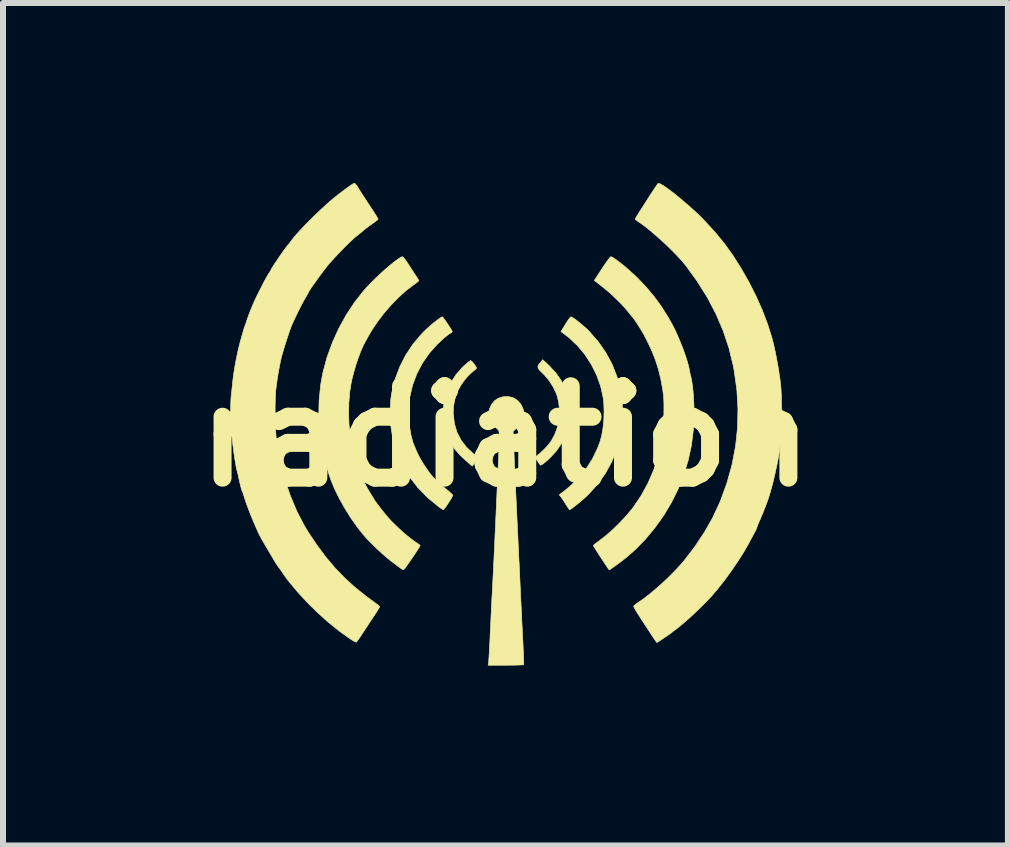
<source format=kicad_pcb>
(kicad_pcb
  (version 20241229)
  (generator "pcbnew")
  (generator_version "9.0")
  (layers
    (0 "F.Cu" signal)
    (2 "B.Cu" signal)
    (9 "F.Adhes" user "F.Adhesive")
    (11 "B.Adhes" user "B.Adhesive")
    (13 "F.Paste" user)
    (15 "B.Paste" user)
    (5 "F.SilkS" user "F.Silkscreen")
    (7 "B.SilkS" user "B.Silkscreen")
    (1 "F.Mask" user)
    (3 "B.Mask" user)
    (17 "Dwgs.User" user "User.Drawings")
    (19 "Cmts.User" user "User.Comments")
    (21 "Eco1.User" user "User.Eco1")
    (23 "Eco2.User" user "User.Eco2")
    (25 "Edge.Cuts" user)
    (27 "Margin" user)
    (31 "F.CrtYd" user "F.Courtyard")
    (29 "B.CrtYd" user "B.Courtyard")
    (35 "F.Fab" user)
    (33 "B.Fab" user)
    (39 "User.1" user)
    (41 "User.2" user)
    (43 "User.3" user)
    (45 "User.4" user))
  (footprint "radiation"
    (layer "F.Cu")
    (at 5.378 4.225)
    (property "Reference" "radiation" (at 0 0 0) (layer "F.SilkS") (effects (font (size 1.524 1.524) (thickness 0.3))))
    (attr through_hole)
    (fp_poly (pts (xy 0.727 -1.179) (xy 0.837 -1.061) (xy 0.926 -0.935) (xy 0.994 -0.803) (xy 1.035 -0.682) (xy 1.066 -0.511) (xy 1.072 -0.346) (xy 1.053 -0.186) (xy 1.009 -0.034) (xy 0.941 0.109) (xy 0.849 0.244) (xy 0.755 0.346) (xy 0.701 0.398) (xy 0.653 0.439) (xy 0.614 0.468) (xy 0.589 0.481) (xy 0.586 0.482) (xy 0.576 0.472) (xy 0.556 0.446) (xy 0.535 0.414) (xy 0.491 0.347) (xy 0.521 0.326) (xy 0.576 0.282) (xy 0.638 0.224) (xy 0.698 0.16) (xy 0.749 0.097) (xy 0.764 0.076) (xy 0.822 -0.032) (xy 0.868 -0.156) (xy 0.897 -0.289) (xy 0.899 -0.299) (xy 0.904 -0.382) (xy 0.898 -0.478) (xy 0.884 -0.578) (xy 0.863 -0.67) (xy 0.846 -0.717) (xy 0.796 -0.822) (xy 0.729 -0.926) (xy 0.652 -1.02) (xy 0.617 -1.054) (xy 0.573 -1.098) (xy 0.547 -1.132) (xy 0.54 -1.16) (xy 0.549 -1.189) (xy 0.575 -1.224) (xy 0.585 -1.235) (xy 0.622 -1.278) (xy 0.727 -1.179)) (stroke (width 0.01) (type solid)) (fill yes) (layer "F.SilkS"))
    (fp_poly (pts (xy -0.565 -1.254) (xy -0.542 -1.229) (xy -0.517 -1.198) (xy -0.496 -1.166) (xy -0.483 -1.143) (xy -0.482 -1.138) (xy -0.492 -1.124) (xy -0.517 -1.102) (xy -0.541 -1.083) (xy -0.612 -1.019) (xy -0.682 -0.939) (xy -0.744 -0.85) (xy -0.792 -0.762) (xy -0.799 -0.748) (xy -0.842 -0.624) (xy -0.866 -0.504) (xy -0.871 -0.381) (xy -0.869 -0.354) (xy -0.849 -0.203) (xy -0.806 -0.062) (xy -0.739 0.066) (xy -0.649 0.183) (xy -0.536 0.289) (xy -0.458 0.346) (xy -0.46 0.359) (xy -0.474 0.386) (xy -0.494 0.419) (xy -0.517 0.452) (xy -0.524 0.46) (xy -0.554 0.497) (xy -0.651 0.413) (xy -0.76 0.311) (xy -0.847 0.211) (xy -0.915 0.108) (xy -0.968 -0.004) (xy -1.003 -0.111) (xy -1.035 -0.272) (xy -1.041 -0.433) (xy -1.023 -0.591) (xy -0.98 -0.744) (xy -0.914 -0.891) (xy -0.825 -1.028) (xy -0.714 -1.154) (xy -0.689 -1.177) (xy -0.648 -1.214) (xy -0.612 -1.243) (xy -0.588 -1.26) (xy -0.58 -1.263) (xy -0.565 -1.254)) (stroke (width 0.01) (type solid)) (fill yes) (layer "F.SilkS"))
    (fp_poly (pts (xy 1.112 -1.984) (xy 1.148 -1.962) (xy 1.193 -1.928) (xy 1.245 -1.887) (xy 1.299 -1.841) (xy 1.351 -1.795) (xy 1.396 -1.751) (xy 1.396 -1.751) (xy 1.548 -1.576) (xy 1.676 -1.392) (xy 1.78 -1.198) (xy 1.86 -0.994) (xy 1.917 -0.78) (xy 1.934 -0.68) (xy 1.947 -0.566) (xy 1.952 -0.437) (xy 1.95 -0.303) (xy 1.941 -0.173) (xy 1.926 -0.054) (xy 1.916 0) (xy 1.854 0.22) (xy 1.771 0.427) (xy 1.666 0.619) (xy 1.538 0.798) (xy 1.388 0.963) (xy 1.379 0.972) (xy 1.334 1.015) (xy 1.283 1.06) (xy 1.229 1.106) (xy 1.177 1.148) (xy 1.131 1.184) (xy 1.095 1.21) (xy 1.072 1.224) (xy 1.069 1.224) (xy 1.059 1.214) (xy 1.04 1.186) (xy 1.014 1.147) (xy 1.004 1.13) (xy 0.974 1.082) (xy 0.945 1.039) (xy 0.923 1.009) (xy 0.919 1.005) (xy 0.902 0.983) (xy 0.901 0.971) (xy 0.917 0.959) (xy 0.936 0.945) (xy 0.971 0.919) (xy 1.015 0.883) (xy 1.056 0.85) (xy 1.206 0.71) (xy 1.337 0.553) (xy 1.448 0.38) (xy 1.538 0.192) (xy 1.575 0.094) (xy 1.605 -0.017) (xy 1.627 -0.145) (xy 1.64 -0.282) (xy 1.644 -0.422) (xy 1.639 -0.555) (xy 1.629 -0.643) (xy 1.587 -0.833) (xy 1.521 -1.018) (xy 1.433 -1.195) (xy 1.326 -1.361) (xy 1.201 -1.511) (xy 1.06 -1.644) (xy 0.998 -1.692) (xy 0.925 -1.746) (xy 1 -1.869) (xy 1.032 -1.919) (xy 1.06 -1.959) (xy 1.081 -1.985) (xy 1.092 -1.993) (xy 1.112 -1.984)) (stroke (width 0.01) (type solid)) (fill yes) (layer "F.SilkS"))
    (fp_poly (pts (xy -1.042 -1.983) (xy -1.022 -1.956) (xy -0.994 -1.918) (xy -0.964 -1.874) (xy -0.935 -1.829) (xy -0.909 -1.789) (xy -0.892 -1.76) (xy -0.886 -1.746) (xy -0.896 -1.736) (xy -0.922 -1.717) (xy -0.947 -1.7) (xy -0.979 -1.676) (xy -1.025 -1.639) (xy -1.076 -1.592) (xy -1.129 -1.542) (xy -1.134 -1.538) (xy -1.27 -1.386) (xy -1.385 -1.22) (xy -1.479 -1.041) (xy -1.549 -0.852) (xy -1.595 -0.658) (xy -1.609 -0.536) (xy -1.614 -0.403) (xy -1.609 -0.267) (xy -1.595 -0.134) (xy -1.573 -0.009) (xy -1.543 0.1) (xy -1.524 0.15) (xy -1.513 0.175) (xy -1.496 0.215) (xy -1.477 0.261) (xy -1.439 0.338) (xy -1.389 0.427) (xy -1.33 0.518) (xy -1.27 0.604) (xy -1.211 0.676) (xy -1.205 0.684) (xy -1.161 0.729) (xy -1.104 0.782) (xy -1.044 0.836) (xy -1.003 0.869) (xy -0.955 0.908) (xy -0.916 0.943) (xy -0.889 0.968) (xy -0.879 0.982) (xy -0.879 0.982) (xy -0.886 1) (xy -0.903 1.033) (xy -0.928 1.074) (xy -0.957 1.12) (xy -0.986 1.162) (xy -1.011 1.197) (xy -1.029 1.219) (xy -1.036 1.224) (xy -1.052 1.216) (xy -1.082 1.197) (xy -1.12 1.169) (xy -1.12 1.169) (xy -1.3 1.021) (xy -1.456 0.861) (xy -1.59 0.689) (xy -1.702 0.503) (xy -1.792 0.302) (xy -1.862 0.086) (xy -1.889 -0.026) (xy -1.905 -0.125) (xy -1.916 -0.24) (xy -1.92 -0.365) (xy -1.919 -0.49) (xy -1.913 -0.608) (xy -1.9 -0.709) (xy -1.897 -0.723) (xy -1.842 -0.946) (xy -1.764 -1.156) (xy -1.664 -1.354) (xy -1.542 -1.537) (xy -1.399 -1.706) (xy -1.346 -1.76) (xy -1.298 -1.805) (xy -1.245 -1.852) (xy -1.191 -1.897) (xy -1.14 -1.936) (xy -1.097 -1.968) (xy -1.066 -1.988) (xy -1.053 -1.993) (xy -1.042 -1.983)) (stroke (width 0.01) (type solid)) (fill yes) (layer "F.SilkS"))
    (fp_poly (pts (xy 0.108 -0.651) (xy 0.137 -0.64) (xy 0.204 -0.596) (xy 0.257 -0.535) (xy 0.293 -0.461) (xy 0.31 -0.383) (xy 0.308 -0.332) (xy 0.297 -0.28) (xy 0.275 -0.234) (xy 0.239 -0.188) (xy 0.192 -0.142) (xy 0.127 -0.082) (xy 0.142 0.268) (xy 0.153 0.52) (xy 0.165 0.79) (xy 0.178 1.069) (xy 0.191 1.349) (xy 0.204 1.621) (xy 0.215 1.856) (xy 0.221 1.981) (xy 0.228 2.123) (xy 0.235 2.275) (xy 0.242 2.426) (xy 0.249 2.57) (xy 0.254 2.683) (xy 0.26 2.808) (xy 0.267 2.944) (xy 0.273 3.084) (xy 0.28 3.22) (xy 0.286 3.345) (xy 0.292 3.452) (xy 0.296 3.544) (xy 0.3 3.628) (xy 0.302 3.7) (xy 0.304 3.756) (xy 0.305 3.792) (xy 0.304 3.807) (xy 0.29 3.81) (xy 0.253 3.812) (xy 0.198 3.814) (xy 0.129 3.816) (xy 0.048 3.816) (xy 0.005 3.817) (xy -0.289 3.817) (xy -0.281 3.768) (xy -0.279 3.743) (xy -0.276 3.696) (xy -0.272 3.63) (xy -0.267 3.548) (xy -0.262 3.454) (xy -0.257 3.352) (xy -0.255 3.289) (xy -0.249 3.171) (xy -0.243 3.048) (xy -0.237 2.927) (xy -0.232 2.812) (xy -0.227 2.711) (xy -0.222 2.628) (xy -0.221 2.612) (xy -0.216 2.513) (xy -0.21 2.399) (xy -0.204 2.28) (xy -0.198 2.167) (xy -0.195 2.097) (xy -0.185 1.894) (xy -0.177 1.711) (xy -0.169 1.543) (xy -0.162 1.386) (xy -0.155 1.234) (xy -0.148 1.081) (xy -0.141 0.922) (xy -0.137 0.834) (xy -0.132 0.723) (xy -0.127 0.614) (xy -0.122 0.511) (xy -0.118 0.42) (xy -0.115 0.344) (xy -0.112 0.287) (xy -0.111 0.267) (xy -0.106 0.157) (xy -0.103 0.07) (xy -0.102 0.004) (xy -0.104 -0.045) (xy -0.108 -0.079) (xy -0.115 -0.1) (xy -0.125 -0.113) (xy -0.125 -0.113) (xy -0.199 -0.179) (xy -0.249 -0.254) (xy -0.274 -0.337) (xy -0.278 -0.387) (xy -0.265 -0.461) (xy -0.231 -0.533) (xy -0.18 -0.595) (xy -0.12 -0.635) (xy -0.047 -0.658) (xy 0.031 -0.664) (xy 0.108 -0.651)) (stroke (width 0.01) (type solid)) (fill yes) (layer "F.SilkS"))
    (fp_poly (pts (xy 1.781 -2.987) (xy 1.819 -2.963) (xy 1.869 -2.927) (xy 1.928 -2.882) (xy 1.993 -2.829) (xy 2.06 -2.771) (xy 2.126 -2.712) (xy 2.187 -2.654) (xy 2.192 -2.65) (xy 2.342 -2.493) (xy 2.475 -2.335) (xy 2.597 -2.169) (xy 2.712 -1.987) (xy 2.771 -1.882) (xy 2.819 -1.791) (xy 2.867 -1.686) (xy 2.915 -1.574) (xy 2.96 -1.459) (xy 3 -1.347) (xy 3.033 -1.244) (xy 3.057 -1.154) (xy 3.068 -1.101) (xy 3.076 -1.055) (xy 3.086 -1.014) (xy 3.088 -1.009) (xy 3.102 -0.945) (xy 3.116 -0.859) (xy 3.127 -0.758) (xy 3.136 -0.646) (xy 3.142 -0.53) (xy 3.144 -0.414) (xy 3.144 -0.384) (xy 3.133 -0.112) (xy 3.101 0.149) (xy 3.046 0.403) (xy 2.968 0.655) (xy 2.876 0.886) (xy 2.768 1.103) (xy 2.64 1.317) (xy 2.493 1.523) (xy 2.333 1.716) (xy 2.162 1.891) (xy 2.019 2.016) (xy 1.968 2.057) (xy 1.913 2.099) (xy 1.858 2.14) (xy 1.808 2.176) (xy 1.767 2.205) (xy 1.739 2.223) (xy 1.729 2.227) (xy 1.721 2.217) (xy 1.701 2.188) (xy 1.672 2.145) (xy 1.635 2.089) (xy 1.595 2.029) (xy 1.554 1.966) (xy 1.518 1.909) (xy 1.49 1.864) (xy 1.471 1.833) (xy 1.465 1.821) (xy 1.475 1.809) (xy 1.502 1.787) (xy 1.54 1.759) (xy 1.55 1.751) (xy 1.663 1.665) (xy 1.782 1.562) (xy 1.9 1.447) (xy 2.013 1.326) (xy 2.114 1.205) (xy 2.138 1.172) (xy 2.264 0.986) (xy 2.374 0.784) (xy 2.469 0.566) (xy 2.55 0.327) (xy 2.552 0.319) (xy 2.581 0.217) (xy 2.602 0.118) (xy 2.618 0.016) (xy 2.63 -0.094) (xy 2.637 -0.22) (xy 2.641 -0.345) (xy 2.642 -0.448) (xy 2.642 -0.531) (xy 2.64 -0.601) (xy 2.636 -0.663) (xy 2.629 -0.725) (xy 2.62 -0.789) (xy 2.589 -0.959) (xy 2.55 -1.118) (xy 2.501 -1.271) (xy 2.44 -1.425) (xy 2.363 -1.588) (xy 2.303 -1.705) (xy 2.282 -1.74) (xy 2.254 -1.786) (xy 2.222 -1.837) (xy 2.19 -1.887) (xy 2.16 -1.931) (xy 2.137 -1.964) (xy 2.124 -1.98) (xy 2.113 -1.993) (xy 2.091 -2.02) (xy 2.071 -2.045) (xy 2.028 -2.099) (xy 1.981 -2.153) (xy 1.927 -2.211) (xy 1.859 -2.278) (xy 1.83 -2.306) (xy 1.783 -2.351) (xy 1.738 -2.392) (xy 1.69 -2.433) (xy 1.634 -2.479) (xy 1.564 -2.535) (xy 1.519 -2.57) (xy 1.481 -2.599) (xy 1.61 -2.797) (xy 1.652 -2.861) (xy 1.691 -2.916) (xy 1.724 -2.959) (xy 1.747 -2.987) (xy 1.758 -2.995) (xy 1.781 -2.987)) (stroke (width 0.01) (type solid)) (fill yes) (layer "F.SilkS"))
    (fp_poly (pts (xy -1.703 -2.984) (xy -1.68 -2.956) (xy -1.649 -2.914) (xy -1.615 -2.863) (xy -1.577 -2.804) (xy -1.539 -2.746) (xy -1.507 -2.697) (xy -1.488 -2.669) (xy -1.465 -2.633) (xy -1.45 -2.605) (xy -1.446 -2.595) (xy -1.456 -2.583) (xy -1.483 -2.561) (xy -1.521 -2.533) (xy -1.534 -2.524) (xy -1.657 -2.43) (xy -1.784 -2.316) (xy -1.909 -2.187) (xy -2.029 -2.049) (xy -2.138 -1.905) (xy -2.233 -1.761) (xy -2.269 -1.7) (xy -2.297 -1.651) (xy -2.322 -1.605) (xy -2.341 -1.572) (xy -2.342 -1.57) (xy -2.378 -1.498) (xy -2.417 -1.408) (xy -2.456 -1.303) (xy -2.494 -1.19) (xy -2.528 -1.074) (xy -2.557 -0.962) (xy -2.572 -0.893) (xy -2.597 -0.737) (xy -2.611 -0.564) (xy -2.615 -0.384) (xy -2.609 -0.202) (xy -2.593 -0.028) (xy -2.578 0.07) (xy -2.54 0.244) (xy -2.487 0.427) (xy -2.421 0.612) (xy -2.354 0.769) (xy -2.341 0.795) (xy -2.32 0.834) (xy -2.295 0.879) (xy -2.269 0.923) (xy -2.247 0.96) (xy -2.232 0.984) (xy -2.228 0.99) (xy -2.217 1.005) (xy -2.203 1.03) (xy -2.182 1.066) (xy -2.146 1.116) (xy -2.101 1.176) (xy -2.051 1.24) (xy -1.999 1.304) (xy -1.949 1.363) (xy -1.905 1.411) (xy -1.901 1.415) (xy -1.803 1.512) (xy -1.704 1.603) (xy -1.609 1.683) (xy -1.523 1.747) (xy -1.517 1.752) (xy -1.476 1.78) (xy -1.443 1.803) (xy -1.424 1.816) (xy -1.422 1.818) (xy -1.427 1.829) (xy -1.444 1.859) (xy -1.471 1.901) (xy -1.504 1.952) (xy -1.542 2.008) (xy -1.581 2.065) (xy -1.619 2.12) (xy -1.652 2.167) (xy -1.679 2.202) (xy -1.696 2.223) (xy -1.7 2.226) (xy -1.718 2.219) (xy -1.746 2.201) (xy -1.751 2.197) (xy -1.777 2.178) (xy -1.818 2.147) (xy -1.867 2.11) (xy -1.906 2.081) (xy -1.975 2.026) (xy -2.054 1.957) (xy -2.139 1.879) (xy -2.222 1.798) (xy -2.3 1.719) (xy -2.364 1.647) (xy -2.365 1.646) (xy -2.472 1.512) (xy -2.578 1.361) (xy -2.679 1.2) (xy -2.771 1.036) (xy -2.85 0.875) (xy -2.913 0.723) (xy -2.915 0.716) (xy -2.936 0.656) (xy -2.959 0.584) (xy -2.983 0.505) (xy -3.007 0.425) (xy -3.027 0.352) (xy -3.044 0.291) (xy -3.053 0.248) (xy -3.053 0.247) (xy -3.095 -0.035) (xy -3.113 -0.316) (xy -3.108 -0.593) (xy -3.081 -0.863) (xy -3.042 -1.073) (xy -2.975 -1.32) (xy -2.886 -1.564) (xy -2.778 -1.801) (xy -2.653 -2.028) (xy -2.512 -2.241) (xy -2.358 -2.435) (xy -2.306 -2.493) (xy -2.239 -2.563) (xy -2.166 -2.635) (xy -2.09 -2.707) (xy -2.014 -2.776) (xy -1.941 -2.839) (xy -1.873 -2.895) (xy -1.813 -2.94) (xy -1.765 -2.973) (xy -1.73 -2.992) (xy -1.717 -2.995) (xy -1.703 -2.984)) (stroke (width 0.01) (type solid)) (fill yes) (layer "F.SilkS"))
    (fp_poly (pts (xy 2.586 -4.207) (xy 2.63 -4.182) (xy 2.689 -4.141) (xy 2.729 -4.112) (xy 2.834 -4.032) (xy 2.949 -3.936) (xy 3.07 -3.832) (xy 3.19 -3.724) (xy 3.217 -3.699) (xy 3.24 -3.676) (xy 3.277 -3.639) (xy 3.322 -3.591) (xy 3.372 -3.537) (xy 3.424 -3.481) (xy 3.471 -3.429) (xy 3.498 -3.399) (xy 3.646 -3.22) (xy 3.79 -3.02) (xy 3.928 -2.803) (xy 4.058 -2.574) (xy 4.178 -2.338) (xy 4.284 -2.099) (xy 4.374 -1.861) (xy 4.443 -1.641) (xy 4.472 -1.529) (xy 4.501 -1.397) (xy 4.528 -1.255) (xy 4.554 -1.108) (xy 4.575 -0.965) (xy 4.587 -0.873) (xy 4.594 -0.794) (xy 4.599 -0.696) (xy 4.602 -0.584) (xy 4.604 -0.463) (xy 4.603 -0.338) (xy 4.601 -0.215) (xy 4.598 -0.098) (xy 4.593 0.007) (xy 4.586 0.094) (xy 4.58 0.143) (xy 4.57 0.209) (xy 4.561 0.27) (xy 4.555 0.319) (xy 4.551 0.345) (xy 4.544 0.389) (xy 4.531 0.456) (xy 4.512 0.542) (xy 4.489 0.645) (xy 4.474 0.71) (xy 4.458 0.776) (xy 4.436 0.856) (xy 4.413 0.939) (xy 4.392 1.009) (xy 4.377 1.053) (xy 4.355 1.114) (xy 4.328 1.185) (xy 4.299 1.259) (xy 4.27 1.328) (xy 4.246 1.387) (xy 4.232 1.416) (xy 4.213 1.46) (xy 4.199 1.495) (xy 4.194 1.514) (xy 4.188 1.532) (xy 4.172 1.567) (xy 4.149 1.612) (xy 4.14 1.628) (xy 4.109 1.686) (xy 4.075 1.748) (xy 4.047 1.801) (xy 4.045 1.804) (xy 3.965 1.943) (xy 3.87 2.092) (xy 3.766 2.244) (xy 3.658 2.393) (xy 3.548 2.533) (xy 3.443 2.657) (xy 3.414 2.689) (xy 3.337 2.769) (xy 3.251 2.855) (xy 3.161 2.941) (xy 3.072 3.024) (xy 2.987 3.099) (xy 2.911 3.163) (xy 2.853 3.209) (xy 2.816 3.236) (xy 2.787 3.258) (xy 2.774 3.27) (xy 2.762 3.279) (xy 2.734 3.3) (xy 2.695 3.327) (xy 2.65 3.357) (xy 2.605 3.387) (xy 2.566 3.413) (xy 2.537 3.431) (xy 2.524 3.439) (xy 2.524 3.439) (xy 2.516 3.429) (xy 2.497 3.402) (xy 2.471 3.365) (xy 2.466 3.357) (xy 2.388 3.238) (xy 2.318 3.131) (xy 2.258 3.039) (xy 2.209 2.962) (xy 2.172 2.902) (xy 2.148 2.86) (xy 2.137 2.838) (xy 2.136 2.836) (xy 2.146 2.821) (xy 2.174 2.798) (xy 2.212 2.771) (xy 2.217 2.767) (xy 2.31 2.703) (xy 2.414 2.622) (xy 2.524 2.529) (xy 2.637 2.428) (xy 2.747 2.323) (xy 2.849 2.218) (xy 2.94 2.118) (xy 2.974 2.078) (xy 3.158 1.839) (xy 3.317 1.599) (xy 3.455 1.356) (xy 3.571 1.106) (xy 3.582 1.081) (xy 3.692 0.779) (xy 3.777 0.474) (xy 3.836 0.166) (xy 3.869 -0.144) (xy 3.876 -0.458) (xy 3.858 -0.774) (xy 3.813 -1.094) (xy 3.796 -1.185) (xy 3.725 -1.475) (xy 3.63 -1.759) (xy 3.511 -2.038) (xy 3.367 -2.313) (xy 3.197 -2.584) (xy 3.015 -2.836) (xy 2.947 -2.919) (xy 2.863 -3.011) (xy 2.766 -3.11) (xy 2.663 -3.21) (xy 2.556 -3.307) (xy 2.451 -3.399) (xy 2.352 -3.48) (xy 2.263 -3.547) (xy 2.226 -3.571) (xy 2.192 -3.595) (xy 2.169 -3.614) (xy 2.162 -3.623) (xy 2.169 -3.636) (xy 2.188 -3.668) (xy 2.216 -3.714) (xy 2.252 -3.771) (xy 2.294 -3.836) (xy 2.338 -3.905) (xy 2.383 -3.975) (xy 2.426 -4.042) (xy 2.466 -4.103) (xy 2.5 -4.154) (xy 2.525 -4.191) (xy 2.539 -4.211) (xy 2.541 -4.213) (xy 2.557 -4.217) (xy 2.586 -4.207)) (stroke (width 0.01) (type solid)) (fill yes) (layer "F.SilkS"))
    (fp_poly (pts (xy -2.506 -4.211) (xy -2.487 -4.19) (xy -2.469 -4.168) (xy -2.462 -4.154) (xy -2.455 -4.141) (xy -2.436 -4.11) (xy -2.406 -4.063) (xy -2.368 -4.004) (xy -2.323 -3.935) (xy -2.293 -3.89) (xy -2.245 -3.817) (xy -2.202 -3.751) (xy -2.167 -3.696) (xy -2.141 -3.654) (xy -2.126 -3.629) (xy -2.123 -3.623) (xy -2.133 -3.611) (xy -2.16 -3.588) (xy -2.199 -3.559) (xy -2.224 -3.542) (xy -2.276 -3.505) (xy -2.327 -3.467) (xy -2.367 -3.434) (xy -2.377 -3.426) (xy -2.42 -3.389) (xy -2.465 -3.353) (xy -2.481 -3.341) (xy -2.518 -3.31) (xy -2.57 -3.263) (xy -2.631 -3.204) (xy -2.698 -3.137) (xy -2.767 -3.066) (xy -2.834 -2.995) (xy -2.896 -2.927) (xy -2.95 -2.866) (xy -2.977 -2.833) (xy -3.014 -2.785) (xy -3.057 -2.729) (xy -3.103 -2.667) (xy -3.148 -2.604) (xy -3.191 -2.544) (xy -3.229 -2.49) (xy -3.258 -2.447) (xy -3.277 -2.417) (xy -3.282 -2.405) (xy -3.289 -2.391) (xy -3.306 -2.361) (xy -3.33 -2.32) (xy -3.336 -2.309) (xy -3.366 -2.257) (xy -3.404 -2.186) (xy -3.446 -2.103) (xy -3.489 -2.014) (xy -3.531 -1.925) (xy -3.559 -1.863) (xy -3.577 -1.819) (xy -3.6 -1.755) (xy -3.626 -1.679) (xy -3.653 -1.595) (xy -3.681 -1.509) (xy -3.705 -1.428) (xy -3.726 -1.357) (xy -3.737 -1.316) (xy -3.761 -1.205) (xy -3.785 -1.078) (xy -3.807 -0.943) (xy -3.825 -0.809) (xy -3.831 -0.756) (xy -3.836 -0.681) (xy -3.839 -0.587) (xy -3.841 -0.479) (xy -3.84 -0.363) (xy -3.837 -0.245) (xy -3.833 -0.13) (xy -3.827 -0.025) (xy -3.82 0.066) (xy -3.811 0.134) (xy -3.754 0.433) (xy -3.679 0.72) (xy -3.586 0.993) (xy -3.478 1.25) (xy -3.354 1.489) (xy -3.281 1.609) (xy -3.136 1.824) (xy -2.991 2.018) (xy -2.842 2.194) (xy -2.684 2.358) (xy -2.514 2.514) (xy -2.326 2.665) (xy -2.159 2.787) (xy -2.126 2.812) (xy -2.103 2.832) (xy -2.097 2.841) (xy -2.104 2.855) (xy -2.123 2.886) (xy -2.151 2.932) (xy -2.187 2.987) (xy -2.212 3.024) (xy -2.259 3.095) (xy -2.308 3.17) (xy -2.354 3.24) (xy -2.392 3.298) (xy -2.401 3.311) (xy -2.433 3.359) (xy -2.461 3.398) (xy -2.48 3.424) (xy -2.487 3.432) (xy -2.502 3.428) (xy -2.533 3.412) (xy -2.574 3.387) (xy -2.6 3.37) (xy -2.778 3.242) (xy -2.96 3.095) (xy -3.14 2.933) (xy -3.314 2.761) (xy -3.475 2.585) (xy -3.572 2.468) (xy -3.587 2.45) (xy -3.61 2.423) (xy -3.615 2.416) (xy -3.64 2.384) (xy -3.672 2.34) (xy -3.696 2.306) (xy -3.727 2.259) (xy -3.759 2.214) (xy -3.779 2.188) (xy -3.808 2.148) (xy -3.834 2.108) (xy -3.838 2.101) (xy -3.855 2.072) (xy -3.882 2.025) (xy -3.916 1.968) (xy -3.954 1.904) (xy -3.992 1.839) (xy -4.027 1.78) (xy -4.056 1.73) (xy -4.062 1.719) (xy -4.092 1.665) (xy -4.128 1.591) (xy -4.167 1.502) (xy -4.209 1.405) (xy -4.25 1.305) (xy -4.288 1.206) (xy -4.322 1.115) (xy -4.348 1.036) (xy -4.357 1.008) (xy -4.37 0.965) (xy -4.382 0.932) (xy -4.389 0.918) (xy -4.396 0.901) (xy -4.407 0.864) (xy -4.42 0.812) (xy -4.434 0.751) (xy -4.434 0.749) (xy -4.449 0.685) (xy -4.462 0.626) (xy -4.474 0.58) (xy -4.481 0.554) (xy -4.489 0.518) (xy -4.5 0.46) (xy -4.512 0.383) (xy -4.526 0.292) (xy -4.539 0.19) (xy -4.553 0.08) (xy -4.554 0.072) (xy -4.565 -0.038) (xy -4.574 -0.157) (xy -4.579 -0.281) (xy -4.582 -0.402) (xy -4.582 -0.515) (xy -4.578 -0.613) (xy -4.574 -0.671) (xy -4.566 -0.745) (xy -4.556 -0.831) (xy -4.548 -0.913) (xy -4.545 -0.938) (xy -4.531 -1.046) (xy -4.511 -1.171) (xy -4.486 -1.304) (xy -4.458 -1.435) (xy -4.428 -1.557) (xy -4.406 -1.635) (xy -4.389 -1.695) (xy -4.374 -1.747) (xy -4.363 -1.785) (xy -4.358 -1.804) (xy -4.358 -1.804) (xy -4.35 -1.827) (xy -4.348 -1.83) (xy -4.341 -1.848) (xy -4.328 -1.884) (xy -4.313 -1.931) (xy -4.307 -1.949) (xy -4.284 -2.014) (xy -4.253 -2.095) (xy -4.217 -2.183) (xy -4.179 -2.269) (xy -4.143 -2.346) (xy -4.127 -2.377) (xy -4.11 -2.412) (xy -4.084 -2.462) (xy -4.055 -2.518) (xy -4.041 -2.547) (xy -4.011 -2.604) (xy -3.981 -2.659) (xy -3.954 -2.703) (xy -3.945 -2.718) (xy -3.923 -2.751) (xy -3.91 -2.774) (xy -3.908 -2.78) (xy -3.901 -2.795) (xy -3.881 -2.827) (xy -3.853 -2.871) (xy -3.817 -2.924) (xy -3.779 -2.981) (xy -3.739 -3.038) (xy -3.702 -3.091) (xy -3.669 -3.136) (xy -3.645 -3.168) (xy -3.642 -3.172) (xy -3.606 -3.215) (xy -3.572 -3.259) (xy -3.553 -3.285) (xy -3.506 -3.343) (xy -3.442 -3.415) (xy -3.366 -3.497) (xy -3.281 -3.584) (xy -3.19 -3.674) (xy -3.097 -3.763) (xy -3.006 -3.847) (xy -2.921 -3.923) (xy -2.849 -3.983) (xy -2.779 -4.038) (xy -2.711 -4.09) (xy -2.649 -4.136) (xy -2.595 -4.174) (xy -2.553 -4.203) (xy -2.526 -4.218) (xy -2.519 -4.22) (xy -2.506 -4.211)) (stroke (width 0.01) (type solid)) (fill yes) (layer "F.SilkS")))
  (gr_rect
    (start -3 -3)
    (end 13.755 11.047)
    (stroke (width 0.1) (type default))
    (fill no)
    (layer "Edge.Cuts")))
</source>
